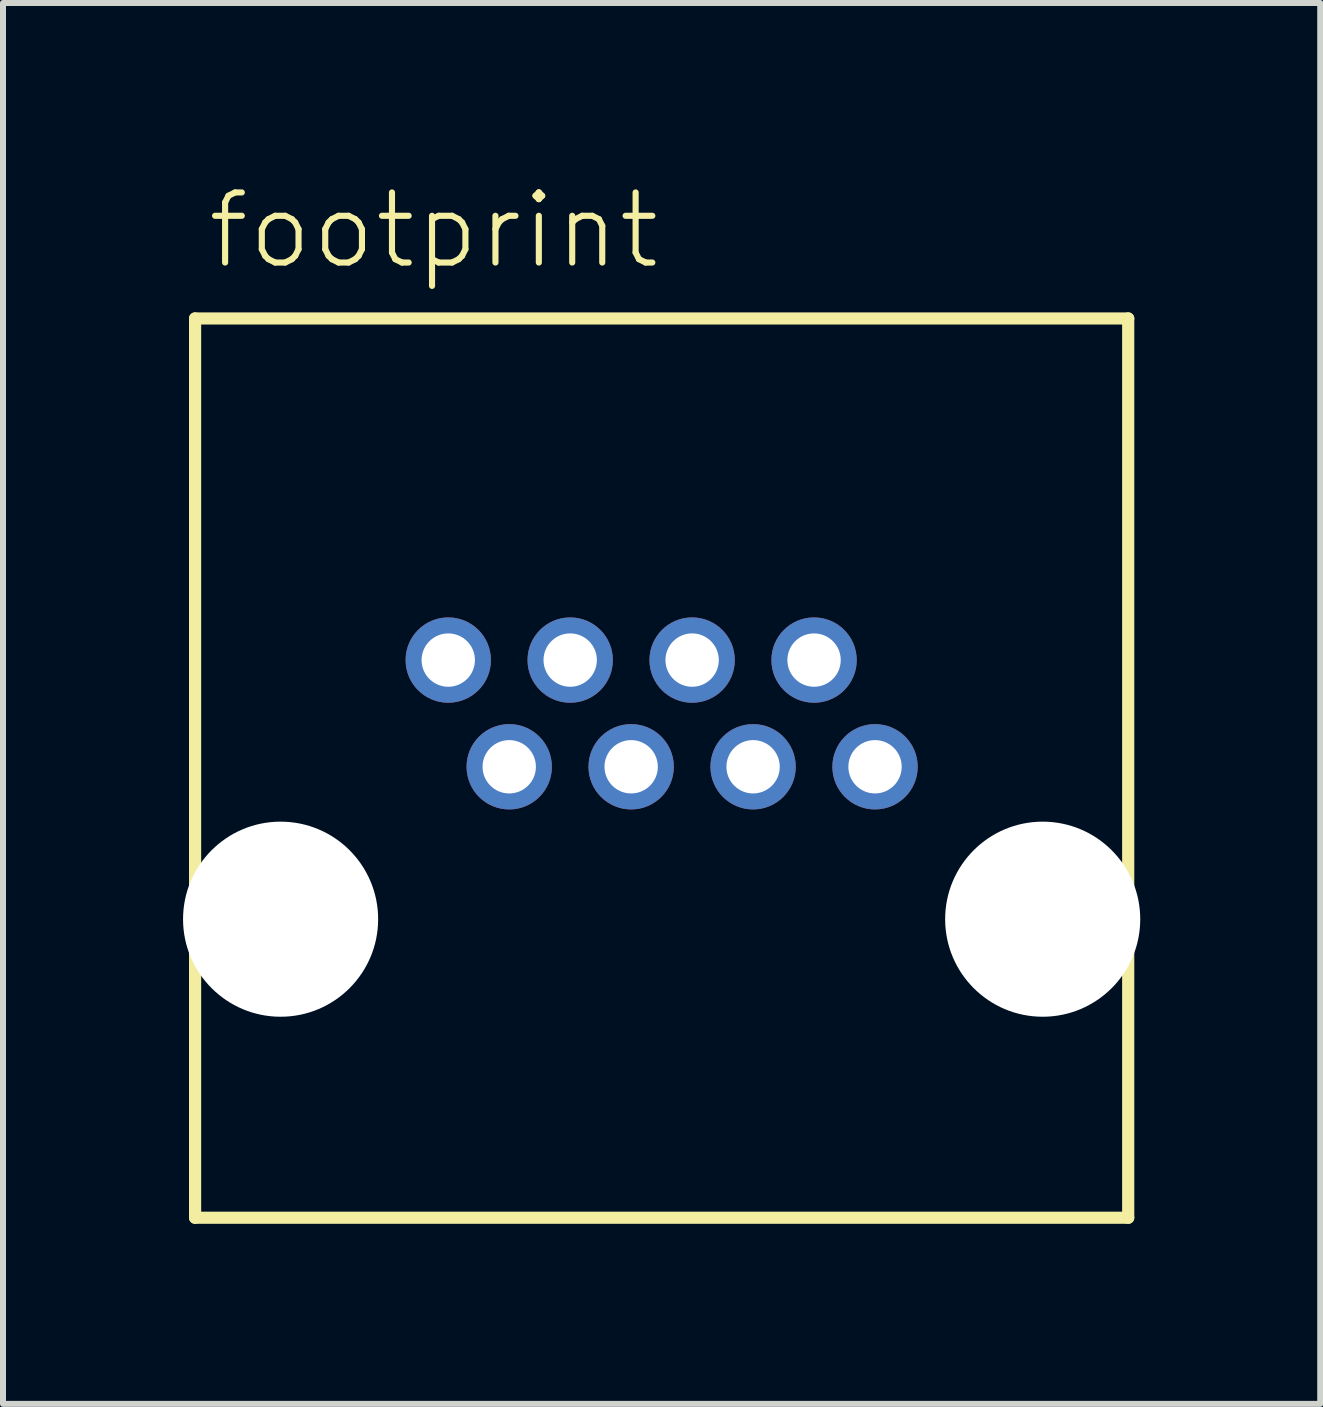
<source format=kicad_pcb>
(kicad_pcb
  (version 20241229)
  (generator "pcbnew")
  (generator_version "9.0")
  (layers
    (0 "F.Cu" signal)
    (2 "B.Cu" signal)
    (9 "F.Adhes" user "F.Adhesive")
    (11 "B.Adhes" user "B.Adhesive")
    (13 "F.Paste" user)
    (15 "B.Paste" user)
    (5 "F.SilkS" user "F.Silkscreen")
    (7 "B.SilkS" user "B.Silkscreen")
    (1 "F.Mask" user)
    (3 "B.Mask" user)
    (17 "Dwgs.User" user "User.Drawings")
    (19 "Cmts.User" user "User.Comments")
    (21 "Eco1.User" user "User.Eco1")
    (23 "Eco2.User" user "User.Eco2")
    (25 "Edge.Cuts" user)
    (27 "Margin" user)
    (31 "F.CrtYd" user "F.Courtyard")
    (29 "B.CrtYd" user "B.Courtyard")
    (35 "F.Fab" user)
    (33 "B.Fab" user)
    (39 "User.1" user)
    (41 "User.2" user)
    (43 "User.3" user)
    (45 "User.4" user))
  (footprint "footprint"
    (layer "F.Cu")
    (at 7.976 12.268)
    (property "Reference" "footprint" (at -7.62 -10.795 0) (layer "F.SilkS") (effects (font (size 1.168 1.168) (thickness 0.102)) (justify left bottom)))
    (fp_line (start -7.775 -10.011) (end 7.775 -10.011) (stroke (width 0.203) (type solid)) (layer "F.SilkS"))
    (fp_line (start -7.775 4.975) (end -7.775 -10.011) (stroke (width 0.203) (type solid)) (layer "F.SilkS"))
    (fp_line (start -7.775 4.975) (end 7.775 4.975) (stroke (width 0.203) (type solid)) (layer "F.SilkS"))
    (fp_line (start 7.775 4.975) (end 7.775 -10.011) (stroke (width 0.203) (type solid)) (layer "F.SilkS"))
    (pad "" np_thru_hole circle (at -6.35 0) (size 3.251 3.251) (drill 3.251) (layers "*.Cu" "*.Mask"))
    (pad "" np_thru_hole circle (at 6.35 0) (size 3.251 3.251) (drill 3.251) (layers "*.Cu" "*.Mask"))
    (pad "1" thru_hole circle (at 3.556 -2.54) (size 1.422 1.422) (drill 0.889) (layers "*.Cu" "*.Mask"))
    (pad "2" thru_hole circle (at 2.54 -4.318) (size 1.422 1.422) (drill 0.889) (layers "*.Cu" "*.Mask"))
    (pad "3" thru_hole circle (at 1.524 -2.54) (size 1.422 1.422) (drill 0.889) (layers "*.Cu" "*.Mask"))
    (pad "4" thru_hole circle (at 0.508 -4.318) (size 1.422 1.422) (drill 0.889) (layers "*.Cu" "*.Mask"))
    (pad "5" thru_hole circle (at -0.508 -2.54) (size 1.422 1.422) (drill 0.889) (layers "*.Cu" "*.Mask"))
    (pad "6" thru_hole circle (at -1.524 -4.318) (size 1.422 1.422) (drill 0.889) (layers "*.Cu" "*.Mask"))
    (pad "7" thru_hole circle (at -2.54 -2.54) (size 1.422 1.422) (drill 0.889) (layers "*.Cu" "*.Mask"))
    (pad "8" thru_hole circle (at -3.556 -4.318) (size 1.422 1.422) (drill 0.889) (layers "*.Cu" "*.Mask")))
  (gr_rect
    (start -3 -3)
    (end 18.951 20.345)
    (stroke (width 0.1) (type default))
    (fill no)
    (layer "Edge.Cuts")))
</source>
